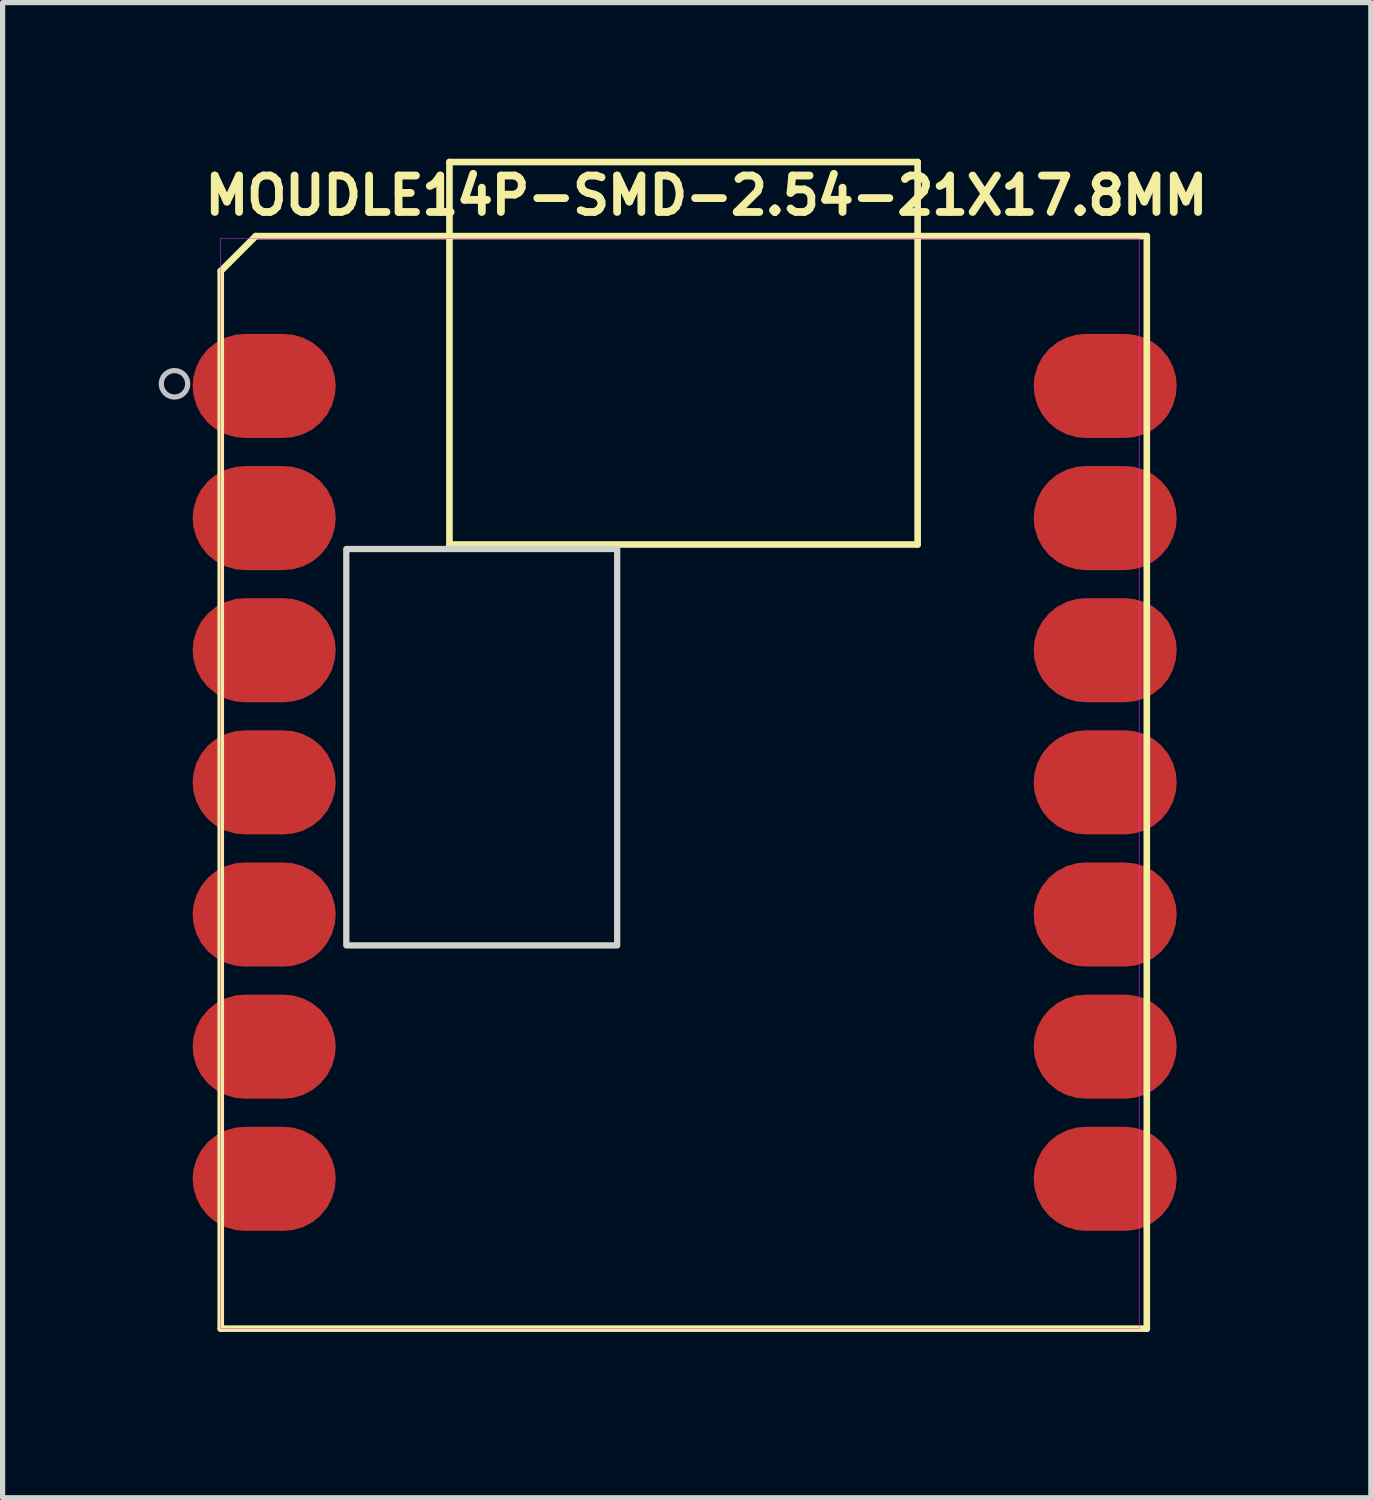
<source format=kicad_pcb>
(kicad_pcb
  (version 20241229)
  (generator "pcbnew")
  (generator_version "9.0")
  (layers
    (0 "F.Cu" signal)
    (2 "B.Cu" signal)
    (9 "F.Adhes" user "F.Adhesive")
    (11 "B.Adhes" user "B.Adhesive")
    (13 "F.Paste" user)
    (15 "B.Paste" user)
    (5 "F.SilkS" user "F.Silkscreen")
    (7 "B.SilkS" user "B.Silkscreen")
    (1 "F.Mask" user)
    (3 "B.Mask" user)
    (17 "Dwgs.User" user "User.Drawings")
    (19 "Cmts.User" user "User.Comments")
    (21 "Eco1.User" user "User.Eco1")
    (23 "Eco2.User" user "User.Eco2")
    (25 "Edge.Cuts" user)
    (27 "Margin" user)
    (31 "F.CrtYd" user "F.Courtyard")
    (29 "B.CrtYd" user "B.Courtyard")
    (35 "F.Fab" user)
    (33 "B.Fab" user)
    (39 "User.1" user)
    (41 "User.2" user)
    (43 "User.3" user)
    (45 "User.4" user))
  (footprint "MOUDLE14P-SMD-2.54-21X17.8MM"
    (layer "F.Cu")
    (at 1.193 22.488)
    (property "Reference" "MOUDLE14P-SMD-2.54-21X17.8MM" (at 9.335 -21.78 0) (layer "F.SilkS") (effects (font (size 0.7 0.7) (thickness 0.15))))
    (attr through_hole)
    (fp_line (start 0 -20.328) (end 0 0) (stroke (width 0.127) (type solid)) (layer "F.SilkS"))
    (fp_line (start 0 0) (end 17.8 0) (stroke (width 0.127) (type solid)) (layer "F.SilkS"))
    (fp_line (start 0.672 -21) (end 0 -20.328) (stroke (width 0.127) (type solid)) (layer "F.SilkS"))
    (fp_line (start 4.396 -15.072) (end 4.396 -22.425) (stroke (width 0.127) (type solid)) (layer "F.SilkS"))
    (fp_line (start 4.4 -22.424) (end 13.395 -22.424) (stroke (width 0.127) (type solid)) (layer "F.SilkS"))
    (fp_line (start 13.395 -22.424) (end 13.395 -15.072) (stroke (width 0.127) (type solid)) (layer "F.SilkS"))
    (fp_line (start 13.395 -15.072) (end 4.396 -15.072) (stroke (width 0.127) (type solid)) (layer "F.SilkS"))
    (fp_line (start 17.8 -21) (end 0.672 -21) (stroke (width 0.127) (type solid)) (layer "F.SilkS"))
    (fp_line (start 17.8 0) (end 17.8 -21) (stroke (width 0.127) (type solid)) (layer "F.SilkS"))
    (fp_circle (center -0.889 -18.161) (end -0.635 -18.161) (stroke (width 0.1) (type solid)) (fill no) (layer "Dwgs.User"))
    (fp_rect (start 2.413 -14.986) (end 7.62 -7.366) (stroke (width 0.12) (type solid)) (fill no) (layer "Edge.Cuts"))
    (fp_poly (pts (xy 0 -20.955) (xy 17.653 -20.955) (xy 17.653 0) (xy 0 0)) (stroke (width 0.01) (type solid)) (fill no) (layer "F.CrtYd"))
    (pad "1" smd roundrect (at 0.835 -18.12) (size 2.75 2) (layers "F.Cu" "F.Mask" "F.Paste") (roundrect_rratio 0.5))
    (pad "2" smd roundrect (at 0.835 -15.58) (size 2.75 2) (layers "F.Cu" "F.Mask" "F.Paste") (roundrect_rratio 0.5))
    (pad "3" smd roundrect (at 0.835 -13.04) (size 2.75 2) (layers "F.Cu" "F.Mask" "F.Paste") (roundrect_rratio 0.5))
    (pad "4" smd roundrect (at 0.835 -10.5) (size 2.75 2) (layers "F.Cu" "F.Mask" "F.Paste") (roundrect_rratio 0.5))
    (pad "5" smd roundrect (at 0.835 -7.96) (size 2.75 2) (layers "F.Cu" "F.Mask" "F.Paste") (roundrect_rratio 0.5))
    (pad "6" smd roundrect (at 0.835 -5.42) (size 2.75 2) (layers "F.Cu" "F.Mask" "F.Paste") (roundrect_rratio 0.5))
    (pad "7" smd roundrect (at 0.835 -2.88) (size 2.75 2) (layers "F.Cu" "F.Mask" "F.Paste") (roundrect_rratio 0.5))
    (pad "8" smd roundrect (at 17 -2.88) (size 2.75 2) (layers "F.Cu" "F.Mask" "F.Paste") (roundrect_rratio 0.5))
    (pad "9" smd roundrect (at 17 -5.42) (size 2.75 2) (layers "F.Cu" "F.Mask" "F.Paste") (roundrect_rratio 0.5))
    (pad "10" smd roundrect (at 17 -7.96) (size 2.75 2) (layers "F.Cu" "F.Mask" "F.Paste") (roundrect_rratio 0.5))
    (pad "11" smd roundrect (at 17 -10.5) (size 2.75 2) (layers "F.Cu" "F.Mask" "F.Paste") (roundrect_rratio 0.5))
    (pad "12" smd roundrect (at 17 -13.04) (size 2.75 2) (layers "F.Cu" "F.Mask" "F.Paste") (roundrect_rratio 0.5))
    (pad "13" smd roundrect (at 17 -15.58) (size 2.75 2) (layers "F.Cu" "F.Mask" "F.Paste") (roundrect_rratio 0.5))
    (pad "14" smd roundrect (at 17 -18.12) (size 2.75 2) (layers "F.Cu" "F.Mask" "F.Paste") (roundrect_rratio 0.5))
    (zone (net_name "") (layer "F.Cu") (hatch full 0.508) (connect_pads) (min_thickness 0.01) (filled_areas_thickness no) (keepout (tracks not_allowed) (vias not_allowed) (pads not_allowed) (copperpour not_allowed) (footprints allowed)) (placement (enabled no)) (fill) (polygon (pts (xy 4.178 9.725) (xy 7.098 9.725) (xy 7.098 11.757) (xy 4.178 11.757))))
    (zone (net_name "") (layer "F.Cu") (hatch full 0.508) (connect_pads) (min_thickness 0.01) (filled_areas_thickness no) (keepout (tracks not_allowed) (vias not_allowed) (pads not_allowed) (copperpour not_allowed) (footprints allowed)) (placement (enabled no)) (fill) (polygon (pts (xy 4.876 1.407) (xy 6.654 1.407) (xy 6.654 4.074) (xy 4.876 4.074))))
    (zone (net_name "") (layer "F.Cu") (hatch full 0.508) (connect_pads) (min_thickness 0.01) (filled_areas_thickness no) (keepout (tracks not_allowed) (vias not_allowed) (pads not_allowed) (copperpour not_allowed) (footprints allowed)) (placement (enabled no)) (fill) (polygon (pts (xy 4.876 5.471) (xy 6.654 5.471) (xy 6.654 8.137) (xy 4.876 8.137))))
    (zone (net_name "") (layer "F.Cu") (hatch full 0.508) (connect_pads) (min_thickness 0.01) (filled_areas_thickness no) (keepout (tracks not_allowed) (vias not_allowed) (pads not_allowed) (copperpour not_allowed) (footprints allowed)) (placement (enabled no)) (fill) (polygon (pts (xy 7.543 2.168) (xy 12.75 2.168) (xy 12.75 9.153) (xy 7.543 9.153))))
    (zone (net_name "") (layer "F.Cu") (hatch full 0.508) (connect_pads) (min_thickness 0.01) (filled_areas_thickness no) (keepout (tracks not_allowed) (vias not_allowed) (pads not_allowed) (copperpour not_allowed) (footprints allowed)) (placement (enabled no)) (fill) (polygon (pts (xy 7.543 19.314) (xy 13.258 19.314) (xy 13.258 21.854) (xy 7.543 21.854))))
    (zone (net_name "") (layer "F.Cu") (hatch full 0.508) (connect_pads) (min_thickness 0.01) (filled_areas_thickness no) (keepout (tracks not_allowed) (vias not_allowed) (pads not_allowed) (copperpour not_allowed) (footprints allowed)) (placement (enabled no)) (fill) (polygon (pts (xy 10.972 11.185) (xy 14.02 11.185) (xy 14.02 14.233) (xy 10.972 14.233))))
    (zone (net_name "") (layer "F.Cu") (hatch full 0.508) (connect_pads) (min_thickness 0.01) (filled_areas_thickness no) (keepout (tracks not_allowed) (vias not_allowed) (pads not_allowed) (copperpour not_allowed) (footprints allowed)) (placement (enabled no)) (fill) (polygon (pts (xy 13.512 1.407) (xy 15.29 1.407) (xy 15.29 4.074) (xy 13.512 4.074))))
    (zone (net_name "") (layer "F.Cu") (hatch full 0.508) (connect_pads) (min_thickness 0.01) (filled_areas_thickness no) (keepout (tracks not_allowed) (vias not_allowed) (pads not_allowed) (copperpour not_allowed) (footprints allowed)) (placement (enabled no)) (fill) (polygon (pts (xy 13.512 5.471) (xy 15.29 5.471) (xy 15.29 8.137) (xy 13.512 8.137)))))
  (gr_rect
    (start -3 -3)
    (end 23.299 25.738)
    (stroke (width 0.1) (type default))
    (fill no)
    (layer "Edge.Cuts")))
</source>
